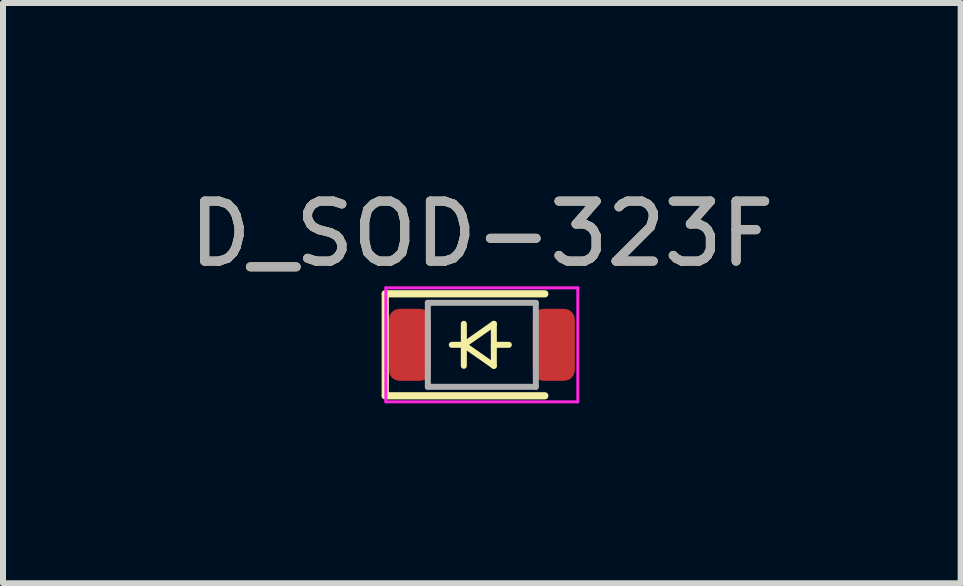
<source format=kicad_pcb>
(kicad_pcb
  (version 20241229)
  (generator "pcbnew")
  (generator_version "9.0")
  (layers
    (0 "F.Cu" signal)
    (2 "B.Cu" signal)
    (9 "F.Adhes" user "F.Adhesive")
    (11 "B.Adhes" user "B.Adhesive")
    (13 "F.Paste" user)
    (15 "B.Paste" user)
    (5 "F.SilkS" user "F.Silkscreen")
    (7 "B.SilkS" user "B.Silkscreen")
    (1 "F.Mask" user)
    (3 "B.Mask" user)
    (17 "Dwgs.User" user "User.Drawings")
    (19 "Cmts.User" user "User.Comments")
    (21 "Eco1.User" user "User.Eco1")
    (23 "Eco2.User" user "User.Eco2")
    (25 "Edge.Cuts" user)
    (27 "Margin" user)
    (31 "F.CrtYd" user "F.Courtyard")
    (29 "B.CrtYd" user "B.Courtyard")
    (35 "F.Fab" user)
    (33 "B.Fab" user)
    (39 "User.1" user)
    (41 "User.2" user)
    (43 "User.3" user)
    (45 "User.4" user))
  (footprint "D_SOD-323F"
    (layer "F.Cu")
    (at 4.982 2.698)
    (property "Reference" "D_SOD-323F" (at 0 -1.85 0) (layer "F.SilkS") (effects (font (size 1 1) (thickness 0.15))))
    (attr smd)
    (fp_line (start -1.61 -0.85) (end -1.61 0.85) (stroke (width 0.12) (type solid)) (layer "F.SilkS"))
    (fp_line (start -1.61 -0.85) (end 1.05 -0.85) (stroke (width 0.12) (type solid)) (layer "F.SilkS"))
    (fp_line (start -1.61 0.85) (end 1.05 0.85) (stroke (width 0.12) (type solid)) (layer "F.SilkS"))
    (fp_line (start -0.3 -0.35) (end -0.3 0.35) (stroke (width 0.1) (type solid)) (layer "F.SilkS"))
    (fp_line (start -0.3 0) (end -0.5 0) (stroke (width 0.1) (type solid)) (layer "F.SilkS"))
    (fp_line (start -0.3 0) (end 0.2 -0.35) (stroke (width 0.1) (type solid)) (layer "F.SilkS"))
    (fp_line (start 0.2 -0.35) (end 0.2 0.35) (stroke (width 0.1) (type solid)) (layer "F.SilkS"))
    (fp_line (start 0.2 0) (end 0.45 0) (stroke (width 0.1) (type solid)) (layer "F.SilkS"))
    (fp_line (start 0.2 0.35) (end -0.3 0) (stroke (width 0.1) (type solid)) (layer "F.SilkS"))
    (fp_line (start -1.6 -0.95) (end -1.6 0.95) (stroke (width 0.05) (type solid)) (layer "F.CrtYd"))
    (fp_line (start -1.6 -0.95) (end 1.6 -0.95) (stroke (width 0.05) (type solid)) (layer "F.CrtYd"))
    (fp_line (start -1.6 0.95) (end 1.6 0.95) (stroke (width 0.05) (type solid)) (layer "F.CrtYd"))
    (fp_line (start 1.6 -0.95) (end 1.6 0.95) (stroke (width 0.05) (type solid)) (layer "F.CrtYd"))
    (fp_line (start -0.9 -0.7) (end 0.9 -0.7) (stroke (width 0.1) (type solid)) (layer "F.Fab"))
    (fp_line (start -0.9 0.7) (end -0.9 -0.7) (stroke (width 0.1) (type solid)) (layer "F.Fab"))
    (fp_line (start 0.9 -0.7) (end 0.9 0.7) (stroke (width 0.1) (type solid)) (layer "F.Fab"))
    (fp_line (start 0.9 0.7) (end -0.9 0.7) (stroke (width 0.1) (type solid)) (layer "F.Fab"))
    (fp_text user "${REFERENCE}" (at 0 -1.85 0) (layer "F.Fab") (effects (font (size 1 1) (thickness 0.15))))
    (pad "1" smd roundrect (at -1.2 0) (size 0.7 1.2) (layers "F.Cu" "F.Mask" "F.Paste") (roundrect_rratio 0.25))
    (pad "2" smd roundrect (at 1.2 0) (size 0.7 1.2) (layers "F.Cu" "F.Mask" "F.Paste") (roundrect_rratio 0.25)))
  (gr_rect
    (start -3 -3)
    (end 12.964 6.673)
    (stroke (width 0.1) (type default))
    (fill no)
    (layer "Edge.Cuts")))
</source>
